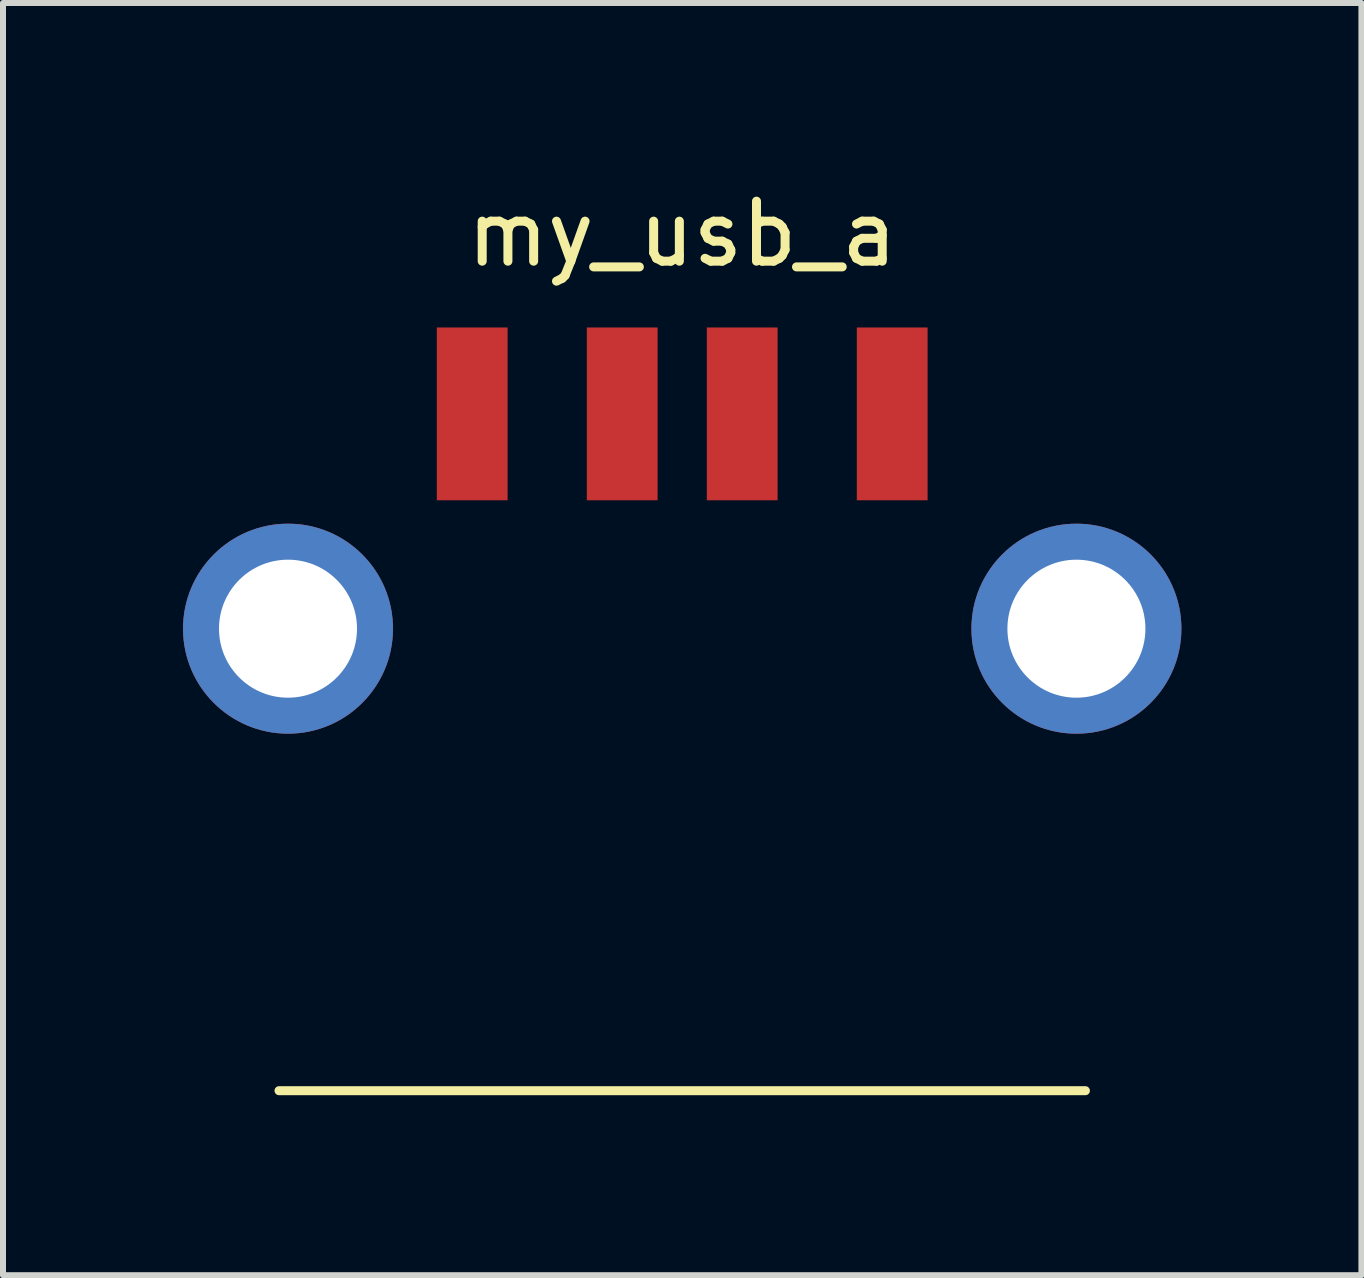
<source format=kicad_pcb>
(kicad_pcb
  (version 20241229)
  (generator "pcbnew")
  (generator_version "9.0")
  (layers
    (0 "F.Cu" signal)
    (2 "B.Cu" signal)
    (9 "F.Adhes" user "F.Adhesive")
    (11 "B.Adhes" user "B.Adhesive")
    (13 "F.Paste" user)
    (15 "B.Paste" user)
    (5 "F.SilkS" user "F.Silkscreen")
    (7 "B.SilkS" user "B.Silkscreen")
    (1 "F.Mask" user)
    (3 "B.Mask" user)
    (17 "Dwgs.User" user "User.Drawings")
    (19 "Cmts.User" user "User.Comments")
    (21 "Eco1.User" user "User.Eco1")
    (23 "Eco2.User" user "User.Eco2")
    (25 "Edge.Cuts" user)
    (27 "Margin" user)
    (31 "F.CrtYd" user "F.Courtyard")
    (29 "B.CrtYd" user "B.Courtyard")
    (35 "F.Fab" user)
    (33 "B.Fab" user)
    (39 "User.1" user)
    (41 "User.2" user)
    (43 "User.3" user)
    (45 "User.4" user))
  (footprint "my_usb_a"
    (layer "F.Cu")
    (at 8.32 5.848)
    (property "Reference" "my_usb_a" (at 0 -5 0) (layer "F.SilkS") (effects (font (size 1 1) (thickness 0.15))))
    (attr through_hole)
    (fp_line (start -6.72 9.28) (end 6.72 9.28) (stroke (width 0.15) (type solid)) (layer "F.SilkS"))
    (pad "1" smd rect (at -3.5 -2) (size 1.18 2.88) (layers "F.Cu" "F.Mask" "F.Paste"))
    (pad "2" smd rect (at -1 -2) (size 1.18 2.88) (layers "F.Cu" "F.Mask" "F.Paste"))
    (pad "3" smd rect (at 1 -2) (size 1.18 2.88) (layers "F.Cu" "F.Mask" "F.Paste"))
    (pad "4" smd rect (at 3.5 -2) (size 1.18 2.88) (layers "F.Cu" "F.Mask" "F.Paste"))
    (pad "5" thru_hole circle (at -6.57 1.58) (size 3.5 3.5) (drill 2.3) (layers "*.Cu" "*.Mask"))
    (pad "5" thru_hole circle (at 6.57 1.58) (size 3.5 3.5) (drill 2.3) (layers "*.Cu" "*.Mask")))
  (gr_rect
    (start -3 -3)
    (end 19.64 18.203)
    (stroke (width 0.1) (type default))
    (fill no)
    (layer "Edge.Cuts")))
</source>
